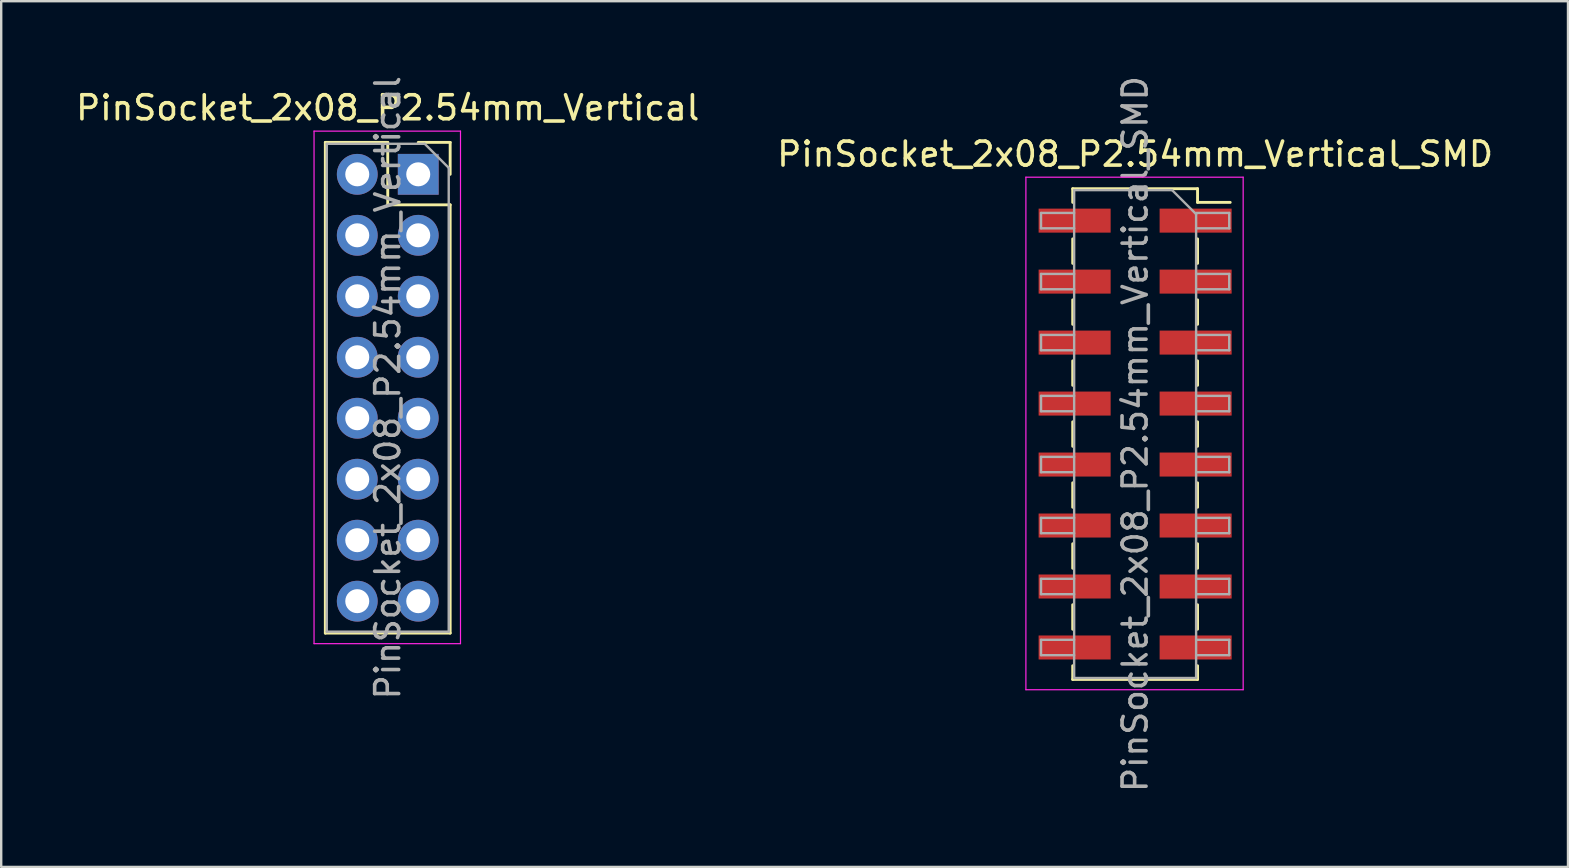
<source format=kicad_pcb>
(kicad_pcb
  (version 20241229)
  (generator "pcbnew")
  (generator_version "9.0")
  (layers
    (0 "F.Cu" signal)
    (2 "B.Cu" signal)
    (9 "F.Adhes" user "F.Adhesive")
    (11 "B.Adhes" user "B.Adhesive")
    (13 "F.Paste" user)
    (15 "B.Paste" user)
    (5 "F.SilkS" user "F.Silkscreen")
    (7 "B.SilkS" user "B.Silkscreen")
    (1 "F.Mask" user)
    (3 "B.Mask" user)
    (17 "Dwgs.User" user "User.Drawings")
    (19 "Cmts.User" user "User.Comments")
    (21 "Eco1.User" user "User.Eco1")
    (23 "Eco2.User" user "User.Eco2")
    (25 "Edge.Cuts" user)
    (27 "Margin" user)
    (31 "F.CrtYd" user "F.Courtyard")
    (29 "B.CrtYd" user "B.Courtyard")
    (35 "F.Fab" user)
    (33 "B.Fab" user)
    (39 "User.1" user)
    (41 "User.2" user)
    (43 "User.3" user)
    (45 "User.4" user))
  (footprint "PinSocket_2x08_P2.54mm_Vertical"
    (layer "F.Cu")
    (at 14.371 4.211)
    (property "Reference" "PinSocket_2x08_P2.54mm_Vertical" (at -1.27 -2.77 0) (layer "F.SilkS") (effects (font (size 1 1) (thickness 0.15))))
    (attr through_hole)
    (fp_line (start -3.87 -1.33) (end -3.87 19.11) (stroke (width 0.12) (type solid)) (layer "F.SilkS"))
    (fp_line (start -3.87 -1.33) (end -1.27 -1.33) (stroke (width 0.12) (type solid)) (layer "F.SilkS"))
    (fp_line (start -3.87 19.11) (end 1.33 19.11) (stroke (width 0.12) (type solid)) (layer "F.SilkS"))
    (fp_line (start -1.27 -1.33) (end -1.27 1.27) (stroke (width 0.12) (type solid)) (layer "F.SilkS"))
    (fp_line (start -1.27 1.27) (end 1.33 1.27) (stroke (width 0.12) (type solid)) (layer "F.SilkS"))
    (fp_line (start 0 -1.33) (end 1.33 -1.33) (stroke (width 0.12) (type solid)) (layer "F.SilkS"))
    (fp_line (start 1.33 -1.33) (end 1.33 0) (stroke (width 0.12) (type solid)) (layer "F.SilkS"))
    (fp_line (start 1.33 1.27) (end 1.33 19.11) (stroke (width 0.12) (type solid)) (layer "F.SilkS"))
    (fp_line (start -4.34 -1.8) (end 1.76 -1.8) (stroke (width 0.05) (type solid)) (layer "F.CrtYd"))
    (fp_line (start -4.34 19.55) (end -4.34 -1.8) (stroke (width 0.05) (type solid)) (layer "F.CrtYd"))
    (fp_line (start 1.76 -1.8) (end 1.76 19.55) (stroke (width 0.05) (type solid)) (layer "F.CrtYd"))
    (fp_line (start 1.76 19.55) (end -4.34 19.55) (stroke (width 0.05) (type solid)) (layer "F.CrtYd"))
    (fp_line (start -3.81 -1.27) (end 0.27 -1.27) (stroke (width 0.1) (type solid)) (layer "F.Fab"))
    (fp_line (start -3.81 19.05) (end -3.81 -1.27) (stroke (width 0.1) (type solid)) (layer "F.Fab"))
    (fp_line (start 0.27 -1.27) (end 1.27 -0.27) (stroke (width 0.1) (type solid)) (layer "F.Fab"))
    (fp_line (start 1.27 -0.27) (end 1.27 19.05) (stroke (width 0.1) (type solid)) (layer "F.Fab"))
    (fp_line (start 1.27 19.05) (end -3.81 19.05) (stroke (width 0.1) (type solid)) (layer "F.Fab"))
    (fp_text user "${REFERENCE}" (at -1.27 8.89 90) (layer "F.Fab") (effects (font (size 1 1) (thickness 0.15))))
    (pad "1" thru_hole rect (at 0 0) (size 1.7 1.7) (drill 1) (layers "*.Cu" "*.Mask"))
    (pad "2" thru_hole circle (at -2.54 0) (size 1.7 1.7) (drill 1) (layers "*.Cu" "*.Mask"))
    (pad "3" thru_hole circle (at 0 2.54) (size 1.7 1.7) (drill 1) (layers "*.Cu" "*.Mask"))
    (pad "4" thru_hole circle (at -2.54 2.54) (size 1.7 1.7) (drill 1) (layers "*.Cu" "*.Mask"))
    (pad "5" thru_hole circle (at 0 5.08) (size 1.7 1.7) (drill 1) (layers "*.Cu" "*.Mask"))
    (pad "6" thru_hole circle (at -2.54 5.08) (size 1.7 1.7) (drill 1) (layers "*.Cu" "*.Mask"))
    (pad "7" thru_hole circle (at 0 7.62) (size 1.7 1.7) (drill 1) (layers "*.Cu" "*.Mask"))
    (pad "8" thru_hole circle (at -2.54 7.62) (size 1.7 1.7) (drill 1) (layers "*.Cu" "*.Mask"))
    (pad "9" thru_hole circle (at 0 10.16) (size 1.7 1.7) (drill 1) (layers "*.Cu" "*.Mask"))
    (pad "10" thru_hole circle (at -2.54 10.16) (size 1.7 1.7) (drill 1) (layers "*.Cu" "*.Mask"))
    (pad "11" thru_hole circle (at 0 12.7) (size 1.7 1.7) (drill 1) (layers "*.Cu" "*.Mask"))
    (pad "12" thru_hole circle (at -2.54 12.7) (size 1.7 1.7) (drill 1) (layers "*.Cu" "*.Mask"))
    (pad "13" thru_hole circle (at 0 15.24) (size 1.7 1.7) (drill 1) (layers "*.Cu" "*.Mask"))
    (pad "14" thru_hole circle (at -2.54 15.24) (size 1.7 1.7) (drill 1) (layers "*.Cu" "*.Mask"))
    (pad "15" thru_hole circle (at 0 17.78) (size 1.7 1.7) (drill 1) (layers "*.Cu" "*.Mask"))
    (pad "16" thru_hole circle (at -2.54 17.78) (size 1.7 1.7) (drill 1) (layers "*.Cu" "*.Mask")))
  (footprint "PinSocket_2x08_P2.54mm_Vertical_SMD"
    (layer "F.Cu")
    (at 44.232 15.03)
    (property "Reference" "PinSocket_2x08_P2.54mm_Vertical_SMD" (at 0 -11.66 0) (layer "F.SilkS") (effects (font (size 1 1) (thickness 0.15))))
    (attr smd)
    (fp_line (start -2.6 -10.22) (end -2.6 -9.65) (stroke (width 0.12) (type solid)) (layer "F.SilkS"))
    (fp_line (start -2.6 -10.22) (end 2.6 -10.22) (stroke (width 0.12) (type solid)) (layer "F.SilkS"))
    (fp_line (start -2.6 -8.13) (end -2.6 -7.11) (stroke (width 0.12) (type solid)) (layer "F.SilkS"))
    (fp_line (start -2.6 -5.59) (end -2.6 -4.57) (stroke (width 0.12) (type solid)) (layer "F.SilkS"))
    (fp_line (start -2.6 -3.05) (end -2.6 -2.03) (stroke (width 0.12) (type solid)) (layer "F.SilkS"))
    (fp_line (start -2.6 -0.51) (end -2.6 0.51) (stroke (width 0.12) (type solid)) (layer "F.SilkS"))
    (fp_line (start -2.6 2.03) (end -2.6 3.05) (stroke (width 0.12) (type solid)) (layer "F.SilkS"))
    (fp_line (start -2.6 4.57) (end -2.6 5.59) (stroke (width 0.12) (type solid)) (layer "F.SilkS"))
    (fp_line (start -2.6 7.11) (end -2.6 8.13) (stroke (width 0.12) (type solid)) (layer "F.SilkS"))
    (fp_line (start -2.6 9.65) (end -2.6 10.22) (stroke (width 0.12) (type solid)) (layer "F.SilkS"))
    (fp_line (start -2.6 10.22) (end 2.6 10.22) (stroke (width 0.12) (type solid)) (layer "F.SilkS"))
    (fp_line (start 2.6 -10.22) (end 2.6 -9.65) (stroke (width 0.12) (type solid)) (layer "F.SilkS"))
    (fp_line (start 2.6 -9.65) (end 3.96 -9.65) (stroke (width 0.12) (type solid)) (layer "F.SilkS"))
    (fp_line (start 2.6 -8.13) (end 2.6 -7.11) (stroke (width 0.12) (type solid)) (layer "F.SilkS"))
    (fp_line (start 2.6 -5.59) (end 2.6 -4.57) (stroke (width 0.12) (type solid)) (layer "F.SilkS"))
    (fp_line (start 2.6 -3.05) (end 2.6 -2.03) (stroke (width 0.12) (type solid)) (layer "F.SilkS"))
    (fp_line (start 2.6 -0.51) (end 2.6 0.51) (stroke (width 0.12) (type solid)) (layer "F.SilkS"))
    (fp_line (start 2.6 2.03) (end 2.6 3.05) (stroke (width 0.12) (type solid)) (layer "F.SilkS"))
    (fp_line (start 2.6 4.57) (end 2.6 5.59) (stroke (width 0.12) (type solid)) (layer "F.SilkS"))
    (fp_line (start 2.6 7.11) (end 2.6 8.13) (stroke (width 0.12) (type solid)) (layer "F.SilkS"))
    (fp_line (start 2.6 9.65) (end 2.6 10.22) (stroke (width 0.12) (type solid)) (layer "F.SilkS"))
    (fp_line (start -4.55 -10.7) (end 4.5 -10.7) (stroke (width 0.05) (type solid)) (layer "F.CrtYd"))
    (fp_line (start -4.55 10.65) (end -4.55 -10.7) (stroke (width 0.05) (type solid)) (layer "F.CrtYd"))
    (fp_line (start 4.5 -10.7) (end 4.5 10.65) (stroke (width 0.05) (type solid)) (layer "F.CrtYd"))
    (fp_line (start 4.5 10.65) (end -4.55 10.65) (stroke (width 0.05) (type solid)) (layer "F.CrtYd"))
    (fp_line (start -3.92 -9.21) (end -2.54 -9.21) (stroke (width 0.1) (type solid)) (layer "F.Fab"))
    (fp_line (start -3.92 -8.57) (end -3.92 -9.21) (stroke (width 0.1) (type solid)) (layer "F.Fab"))
    (fp_line (start -3.92 -6.67) (end -2.54 -6.67) (stroke (width 0.1) (type solid)) (layer "F.Fab"))
    (fp_line (start -3.92 -6.03) (end -3.92 -6.67) (stroke (width 0.1) (type solid)) (layer "F.Fab"))
    (fp_line (start -3.92 -4.13) (end -2.54 -4.13) (stroke (width 0.1) (type solid)) (layer "F.Fab"))
    (fp_line (start -3.92 -3.49) (end -3.92 -4.13) (stroke (width 0.1) (type solid)) (layer "F.Fab"))
    (fp_line (start -3.92 -1.59) (end -2.54 -1.59) (stroke (width 0.1) (type solid)) (layer "F.Fab"))
    (fp_line (start -3.92 -0.95) (end -3.92 -1.59) (stroke (width 0.1) (type solid)) (layer "F.Fab"))
    (fp_line (start -3.92 0.95) (end -2.54 0.95) (stroke (width 0.1) (type solid)) (layer "F.Fab"))
    (fp_line (start -3.92 1.59) (end -3.92 0.95) (stroke (width 0.1) (type solid)) (layer "F.Fab"))
    (fp_line (start -3.92 3.49) (end -2.54 3.49) (stroke (width 0.1) (type solid)) (layer "F.Fab"))
    (fp_line (start -3.92 4.13) (end -3.92 3.49) (stroke (width 0.1) (type solid)) (layer "F.Fab"))
    (fp_line (start -3.92 6.03) (end -2.54 6.03) (stroke (width 0.1) (type solid)) (layer "F.Fab"))
    (fp_line (start -3.92 6.67) (end -3.92 6.03) (stroke (width 0.1) (type solid)) (layer "F.Fab"))
    (fp_line (start -3.92 8.57) (end -2.54 8.57) (stroke (width 0.1) (type solid)) (layer "F.Fab"))
    (fp_line (start -3.92 9.21) (end -3.92 8.57) (stroke (width 0.1) (type solid)) (layer "F.Fab"))
    (fp_line (start -2.54 -10.16) (end 1.54 -10.16) (stroke (width 0.1) (type solid)) (layer "F.Fab"))
    (fp_line (start -2.54 -8.57) (end -3.92 -8.57) (stroke (width 0.1) (type solid)) (layer "F.Fab"))
    (fp_line (start -2.54 -6.03) (end -3.92 -6.03) (stroke (width 0.1) (type solid)) (layer "F.Fab"))
    (fp_line (start -2.54 -3.49) (end -3.92 -3.49) (stroke (width 0.1) (type solid)) (layer "F.Fab"))
    (fp_line (start -2.54 -0.95) (end -3.92 -0.95) (stroke (width 0.1) (type solid)) (layer "F.Fab"))
    (fp_line (start -2.54 1.59) (end -3.92 1.59) (stroke (width 0.1) (type solid)) (layer "F.Fab"))
    (fp_line (start -2.54 4.13) (end -3.92 4.13) (stroke (width 0.1) (type solid)) (layer "F.Fab"))
    (fp_line (start -2.54 6.67) (end -3.92 6.67) (stroke (width 0.1) (type solid)) (layer "F.Fab"))
    (fp_line (start -2.54 9.21) (end -3.92 9.21) (stroke (width 0.1) (type solid)) (layer "F.Fab"))
    (fp_line (start -2.54 10.16) (end -2.54 -10.16) (stroke (width 0.1) (type solid)) (layer "F.Fab"))
    (fp_line (start 1.54 -10.16) (end 2.54 -9.16) (stroke (width 0.1) (type solid)) (layer "F.Fab"))
    (fp_line (start 2.54 -9.21) (end 3.92 -9.21) (stroke (width 0.1) (type solid)) (layer "F.Fab"))
    (fp_line (start 2.54 -9.16) (end 2.54 10.16) (stroke (width 0.1) (type solid)) (layer "F.Fab"))
    (fp_line (start 2.54 -6.67) (end 3.92 -6.67) (stroke (width 0.1) (type solid)) (layer "F.Fab"))
    (fp_line (start 2.54 -4.13) (end 3.92 -4.13) (stroke (width 0.1) (type solid)) (layer "F.Fab"))
    (fp_line (start 2.54 -1.59) (end 3.92 -1.59) (stroke (width 0.1) (type solid)) (layer "F.Fab"))
    (fp_line (start 2.54 0.95) (end 3.92 0.95) (stroke (width 0.1) (type solid)) (layer "F.Fab"))
    (fp_line (start 2.54 3.49) (end 3.92 3.49) (stroke (width 0.1) (type solid)) (layer "F.Fab"))
    (fp_line (start 2.54 6.03) (end 3.92 6.03) (stroke (width 0.1) (type solid)) (layer "F.Fab"))
    (fp_line (start 2.54 8.57) (end 3.92 8.57) (stroke (width 0.1) (type solid)) (layer "F.Fab"))
    (fp_line (start 2.54 10.16) (end -2.54 10.16) (stroke (width 0.1) (type solid)) (layer "F.Fab"))
    (fp_line (start 3.92 -9.21) (end 3.92 -8.57) (stroke (width 0.1) (type solid)) (layer "F.Fab"))
    (fp_line (start 3.92 -8.57) (end 2.54 -8.57) (stroke (width 0.1) (type solid)) (layer "F.Fab"))
    (fp_line (start 3.92 -6.67) (end 3.92 -6.03) (stroke (width 0.1) (type solid)) (layer "F.Fab"))
    (fp_line (start 3.92 -6.03) (end 2.54 -6.03) (stroke (width 0.1) (type solid)) (layer "F.Fab"))
    (fp_line (start 3.92 -4.13) (end 3.92 -3.49) (stroke (width 0.1) (type solid)) (layer "F.Fab"))
    (fp_line (start 3.92 -3.49) (end 2.54 -3.49) (stroke (width 0.1) (type solid)) (layer "F.Fab"))
    (fp_line (start 3.92 -1.59) (end 3.92 -0.95) (stroke (width 0.1) (type solid)) (layer "F.Fab"))
    (fp_line (start 3.92 -0.95) (end 2.54 -0.95) (stroke (width 0.1) (type solid)) (layer "F.Fab"))
    (fp_line (start 3.92 0.95) (end 3.92 1.59) (stroke (width 0.1) (type solid)) (layer "F.Fab"))
    (fp_line (start 3.92 1.59) (end 2.54 1.59) (stroke (width 0.1) (type solid)) (layer "F.Fab"))
    (fp_line (start 3.92 3.49) (end 3.92 4.13) (stroke (width 0.1) (type solid)) (layer "F.Fab"))
    (fp_line (start 3.92 4.13) (end 2.54 4.13) (stroke (width 0.1) (type solid)) (layer "F.Fab"))
    (fp_line (start 3.92 6.03) (end 3.92 6.67) (stroke (width 0.1) (type solid)) (layer "F.Fab"))
    (fp_line (start 3.92 6.67) (end 2.54 6.67) (stroke (width 0.1) (type solid)) (layer "F.Fab"))
    (fp_line (start 3.92 8.57) (end 3.92 9.21) (stroke (width 0.1) (type solid)) (layer "F.Fab"))
    (fp_line (start 3.92 9.21) (end 2.54 9.21) (stroke (width 0.1) (type solid)) (layer "F.Fab"))
    (fp_text user "${REFERENCE}" (at 0 0 90) (layer "F.Fab") (effects (font (size 1 1) (thickness 0.15))))
    (pad "1" smd rect (at 2.52 -8.89) (size 3 1) (layers "F.Cu" "F.Mask" "F.Paste"))
    (pad "2" smd rect (at -2.52 -8.89) (size 3 1) (layers "F.Cu" "F.Mask" "F.Paste"))
    (pad "3" smd rect (at 2.52 -6.35) (size 3 1) (layers "F.Cu" "F.Mask" "F.Paste"))
    (pad "4" smd rect (at -2.52 -6.35) (size 3 1) (layers "F.Cu" "F.Mask" "F.Paste"))
    (pad "5" smd rect (at 2.52 -3.81) (size 3 1) (layers "F.Cu" "F.Mask" "F.Paste"))
    (pad "6" smd rect (at -2.52 -3.81) (size 3 1) (layers "F.Cu" "F.Mask" "F.Paste"))
    (pad "7" smd rect (at 2.52 -1.27) (size 3 1) (layers "F.Cu" "F.Mask" "F.Paste"))
    (pad "8" smd rect (at -2.52 -1.27) (size 3 1) (layers "F.Cu" "F.Mask" "F.Paste"))
    (pad "9" smd rect (at 2.52 1.27) (size 3 1) (layers "F.Cu" "F.Mask" "F.Paste"))
    (pad "10" smd rect (at -2.52 1.27) (size 3 1) (layers "F.Cu" "F.Mask" "F.Paste"))
    (pad "11" smd rect (at 2.52 3.81) (size 3 1) (layers "F.Cu" "F.Mask" "F.Paste"))
    (pad "12" smd rect (at -2.52 3.81) (size 3 1) (layers "F.Cu" "F.Mask" "F.Paste"))
    (pad "13" smd rect (at 2.52 6.35) (size 3 1) (layers "F.Cu" "F.Mask" "F.Paste"))
    (pad "14" smd rect (at -2.52 6.35) (size 3 1) (layers "F.Cu" "F.Mask" "F.Paste"))
    (pad "15" smd rect (at 2.52 8.89) (size 3 1) (layers "F.Cu" "F.Mask" "F.Paste"))
    (pad "16" smd rect (at -2.52 8.89) (size 3 1) (layers "F.Cu" "F.Mask" "F.Paste")))
  (gr_rect
    (start -3 -3)
    (end 62.262 33.06)
    (stroke (width 0.1) (type default))
    (fill no)
    (layer "Edge.Cuts")))
</source>
